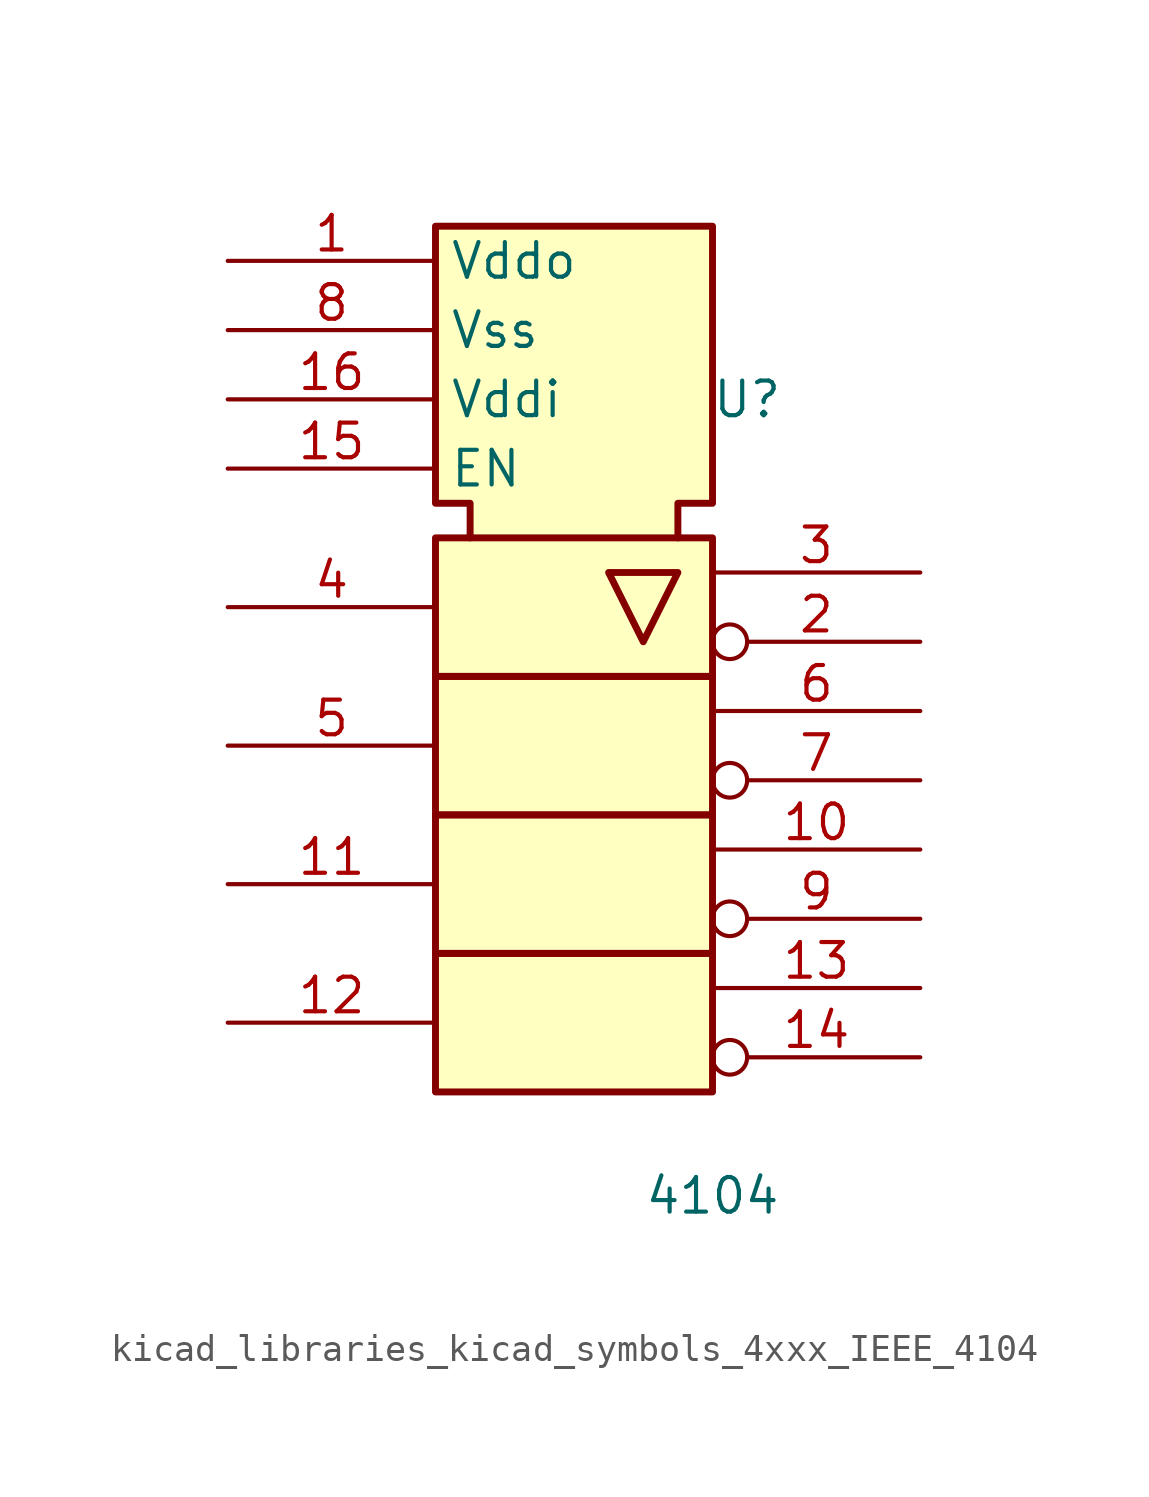
<source format=kicad_sym>
(kicad_symbol_lib
  (version 20220914)
  (generator kicad_symbol_editor)
  (symbol "kicad_libraries_kicad_symbols_4xxx_IEEE_4104"
    (property "Reference" "U"
      (at 6.35 8.89 0)
      (effects (font (size 1.27 1.27))))
    (property "Value" "4104"
      (at 5.08 -20.32 0)
      (effects (font (size 1.27 1.27))))
    (symbol "kicad_libraries_kicad_symbols_4xxx_IEEE_4104_0_0"
      (rectangle (start -5.08 -11.43) (end 5.08 -16.51) (stroke (width 0.254) (type default)) (fill (type background)))
      (rectangle (start -5.08 -6.35) (end 5.08 -11.43) (stroke (width 0.254) (type default)) (fill (type background)))
      (rectangle (start -5.08 -1.27) (end 5.08 -6.35) (stroke (width 0.254) (type default)) (fill (type background)))
      (rectangle (start -5.08 3.81) (end 5.08 -1.27) (stroke (width 0.254) (type default)) (fill (type background)))
      (polyline (pts (xy 1.27 2.54) (xy 3.81 2.54) (xy 2.54 0) (xy 1.27 2.54) (xy 1.27 2.54)) (stroke (width 0.254) (type default)) (fill (type background)))
      (polyline (pts (xy -3.81 3.81) (xy -3.81 5.08) (xy -5.08 5.08) (xy -5.08 15.24) (xy 5.08 15.24) (xy 5.08 5.08) (xy 3.81 5.08) (xy 3.81 3.81) (xy 3.81 3.81)) (stroke (width 0.254) (type default)) (fill (type background))))
    (symbol "kicad_libraries_kicad_symbols_4xxx_IEEE_4104_1_1"
      (pin power_in line (at -12.7 13.97 0) (length 7.62) (name "Vddo" (effects (font (size 1.27 1.27)))) (number "1" (effects (font (size 1.27 1.27)))))
      (pin output line (at 12.7 -7.62 180) (length 7.62) (name "~" (effects (font (size 1.27 1.27)))) (number "10" (effects (font (size 1.27 1.27)))))
      (pin input line (at -12.7 -8.89 0) (length 7.62) (name "~" (effects (font (size 1.27 1.27)))) (number "11" (effects (font (size 1.27 1.27)))))
      (pin input line (at -12.7 -13.97 0) (length 7.62) (name "~" (effects (font (size 1.27 1.27)))) (number "12" (effects (font (size 1.27 1.27)))))
      (pin output line (at 12.7 -12.7 180) (length 7.62) (name "~" (effects (font (size 1.27 1.27)))) (number "13" (effects (font (size 1.27 1.27)))))
      (pin output inverted (at 12.7 -15.24 180) (length 7.62) (name "~" (effects (font (size 1.27 1.27)))) (number "14" (effects (font (size 1.27 1.27)))))
      (pin input line (at -12.7 6.35 0) (length 7.62) (name "EN" (effects (font (size 1.27 1.27)))) (number "15" (effects (font (size 1.27 1.27)))))
      (pin power_in line (at -12.7 8.89 0) (length 7.62) (name "Vddi" (effects (font (size 1.27 1.27)))) (number "16" (effects (font (size 1.27 1.27)))))
      (pin output inverted (at 12.7 0 180) (length 7.62) (name "~" (effects (font (size 1.27 1.27)))) (number "2" (effects (font (size 1.27 1.27)))))
      (pin output line (at 12.7 2.54 180) (length 7.62) (name "~" (effects (font (size 1.27 1.27)))) (number "3" (effects (font (size 1.27 1.27)))))
      (pin input line (at -12.7 1.27 0) (length 7.62) (name "~" (effects (font (size 1.27 1.27)))) (number "4" (effects (font (size 1.27 1.27)))))
      (pin input line (at -12.7 -3.81 0) (length 7.62) (name "~" (effects (font (size 1.27 1.27)))) (number "5" (effects (font (size 1.27 1.27)))))
      (pin output line (at 12.7 -2.54 180) (length 7.62) (name "~" (effects (font (size 1.27 1.27)))) (number "6" (effects (font (size 1.27 1.27)))))
      (pin output inverted (at 12.7 -5.08 180) (length 7.62) (name "~" (effects (font (size 1.27 1.27)))) (number "7" (effects (font (size 1.27 1.27)))))
      (pin power_in line (at -12.7 11.43 0) (length 7.62) (name "Vss" (effects (font (size 1.27 1.27)))) (number "8" (effects (font (size 1.27 1.27)))))
      (pin output inverted (at 12.7 -10.16 180) (length 7.62) (name "~" (effects (font (size 1.27 1.27)))) (number "9" (effects (font (size 1.27 1.27))))))))
</source>
